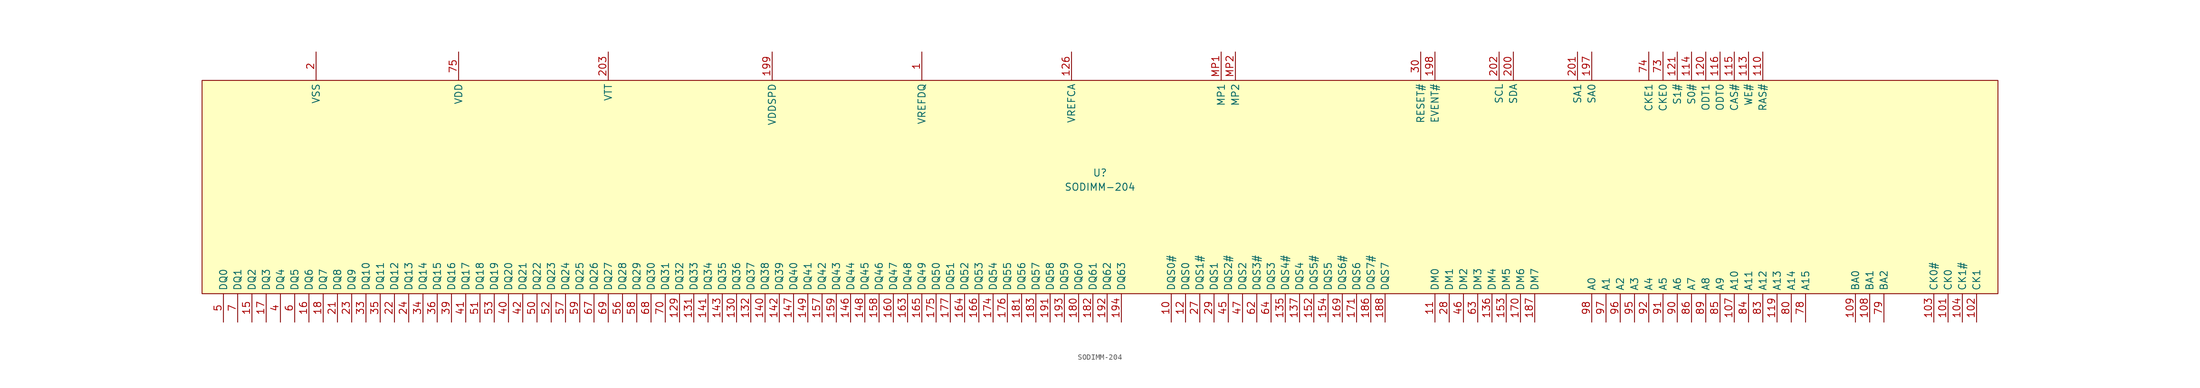
<source format=kicad_sym>
(kicad_symbol_lib
  (version 20220914)
  (generator kicad_symbol_editor)
  (symbol "SODIMM-204"
    (property "Reference" "U"
      (at 0 2.54 0)
      (effects (font (size 1.27 1.27))))
    (property "Value" "SODIMM-204"
      (at 0 0 0)
      (effects (font (size 1.27 1.27))))
    (symbol "SODIMM-204_0_1"
      (rectangle (start -160.02 19.05) (end 160.02 -19.05) (stroke (width 0) (type default)) (fill (type background))))
    (symbol "SODIMM-204_1_0"
      (pin passive line (at -114.3 24.13 270) (length 5.08) hide (name "VDD" (effects (font (size 1.27 1.27)))) (number "100" (effects (font (size 1.27 1.27)))))
      (pin input line (at 151.13 -24.13 90) (length 5.08) (name "CK0" (effects (font (size 1.27 1.27)))) (number "101" (effects (font (size 1.27 1.27)))))
      (pin input line (at 156.21 -24.13 90) (length 5.08) (name "CK1" (effects (font (size 1.27 1.27)))) (number "102" (effects (font (size 1.27 1.27)))))
      (pin input line (at 148.59 -24.13 90) (length 5.08) (name "CK0#" (effects (font (size 1.27 1.27)))) (number "103" (effects (font (size 1.27 1.27)))))
      (pin input line (at 153.67 -24.13 90) (length 5.08) (name "CK1#" (effects (font (size 1.27 1.27)))) (number "104" (effects (font (size 1.27 1.27)))))
      (pin passive line (at -114.3 24.13 270) (length 5.08) hide (name "VDD" (effects (font (size 1.27 1.27)))) (number "105" (effects (font (size 1.27 1.27)))))
      (pin passive line (at -114.3 24.13 270) (length 5.08) hide (name "VDD" (effects (font (size 1.27 1.27)))) (number "106" (effects (font (size 1.27 1.27)))))
      (pin input line (at 113.03 -24.13 90) (length 5.08) (name "A10" (effects (font (size 1.27 1.27)))) (number "107" (effects (font (size 1.27 1.27)))))
      (pin input line (at 137.16 -24.13 90) (length 5.08) (name "BA1" (effects (font (size 1.27 1.27)))) (number "108" (effects (font (size 1.27 1.27)))))
      (pin input line (at 134.62 -24.13 90) (length 5.08) (name "BA0" (effects (font (size 1.27 1.27)))) (number "109" (effects (font (size 1.27 1.27)))))
      (pin input line (at 118.11 24.13 270) (length 5.08) (name "RAS#" (effects (font (size 1.27 1.27)))) (number "110" (effects (font (size 1.27 1.27)))))
      (pin passive line (at -114.3 24.13 270) (length 5.08) hide (name "VDD" (effects (font (size 1.27 1.27)))) (number "111" (effects (font (size 1.27 1.27)))))
      (pin passive line (at -114.3 24.13 270) (length 5.08) hide (name "VDD" (effects (font (size 1.27 1.27)))) (number "112" (effects (font (size 1.27 1.27)))))
      (pin input line (at 115.57 24.13 270) (length 5.08) (name "WE#" (effects (font (size 1.27 1.27)))) (number "113" (effects (font (size 1.27 1.27)))))
      (pin input line (at 105.41 24.13 270) (length 5.08) (name "S0#" (effects (font (size 1.27 1.27)))) (number "114" (effects (font (size 1.27 1.27)))))
      (pin input line (at 113.03 24.13 270) (length 5.08) (name "CAS#" (effects (font (size 1.27 1.27)))) (number "115" (effects (font (size 1.27 1.27)))))
      (pin input line (at 110.49 24.13 270) (length 5.08) (name "ODT0" (effects (font (size 1.27 1.27)))) (number "116" (effects (font (size 1.27 1.27)))))
      (pin passive line (at -114.3 24.13 270) (length 5.08) hide (name "VDD" (effects (font (size 1.27 1.27)))) (number "117" (effects (font (size 1.27 1.27)))))
      (pin passive line (at -114.3 24.13 270) (length 5.08) hide (name "VDD" (effects (font (size 1.27 1.27)))) (number "118" (effects (font (size 1.27 1.27)))))
      (pin input line (at 120.65 -24.13 90) (length 5.08) (name "A13" (effects (font (size 1.27 1.27)))) (number "119" (effects (font (size 1.27 1.27)))))
      (pin input line (at 107.95 24.13 270) (length 5.08) (name "ODT1" (effects (font (size 1.27 1.27)))) (number "120" (effects (font (size 1.27 1.27)))))
      (pin input line (at 102.87 24.13 270) (length 5.08) (name "S1#" (effects (font (size 1.27 1.27)))) (number "121" (effects (font (size 1.27 1.27)))))
      (pin no_connect line (at -86.36 -2.54 180) (length 5.08) hide (name "NC" (effects (font (size 1.27 1.27)))) (number "122" (effects (font (size 1.27 1.27)))))
      (pin passive line (at -114.3 24.13 270) (length 5.08) hide (name "VDD" (effects (font (size 1.27 1.27)))) (number "123" (effects (font (size 1.27 1.27)))))
      (pin passive line (at -114.3 24.13 270) (length 5.08) hide (name "VDD" (effects (font (size 1.27 1.27)))) (number "124" (effects (font (size 1.27 1.27)))))
      (pin no_connect line (at -86.36 2.54 180) (length 5.08) hide (name "TEST" (effects (font (size 1.27 1.27)))) (number "125" (effects (font (size 1.27 1.27)))))
      (pin power_in line (at -5.08 24.13 270) (length 5.08) (name "VREFCA" (effects (font (size 1.27 1.27)))) (number "126" (effects (font (size 1.27 1.27)))))
      (pin passive line (at -139.7 24.13 270) (length 5.08) hide (name "VSS" (effects (font (size 1.27 1.27)))) (number "127" (effects (font (size 1.27 1.27)))))
      (pin passive line (at -139.7 24.13 270) (length 5.08) hide (name "VSS" (effects (font (size 1.27 1.27)))) (number "128" (effects (font (size 1.27 1.27)))))
      (pin bidirectional line (at -74.93 -24.13 90) (length 5.08) (name "DQ32" (effects (font (size 1.27 1.27)))) (number "129" (effects (font (size 1.27 1.27)))))
      (pin bidirectional line (at -64.77 -24.13 90) (length 5.08) (name "DQ36" (effects (font (size 1.27 1.27)))) (number "130" (effects (font (size 1.27 1.27)))))
      (pin bidirectional line (at -72.39 -24.13 90) (length 5.08) (name "DQ33" (effects (font (size 1.27 1.27)))) (number "131" (effects (font (size 1.27 1.27)))))
      (pin bidirectional line (at -62.23 -24.13 90) (length 5.08) (name "DQ37" (effects (font (size 1.27 1.27)))) (number "132" (effects (font (size 1.27 1.27)))))
      (pin passive line (at -139.7 24.13 270) (length 5.08) hide (name "VSS" (effects (font (size 1.27 1.27)))) (number "133" (effects (font (size 1.27 1.27)))))
      (pin passive line (at -139.7 24.13 270) (length 5.08) hide (name "VSS" (effects (font (size 1.27 1.27)))) (number "134" (effects (font (size 1.27 1.27)))))
      (pin bidirectional line (at 33.02 -24.13 90) (length 5.08) (name "DQS4#" (effects (font (size 1.27 1.27)))) (number "135" (effects (font (size 1.27 1.27)))))
      (pin input line (at 69.85 -24.13 90) (length 5.08) (name "DM4" (effects (font (size 1.27 1.27)))) (number "136" (effects (font (size 1.27 1.27)))))
      (pin bidirectional line (at 35.56 -24.13 90) (length 5.08) (name "DQS4" (effects (font (size 1.27 1.27)))) (number "137" (effects (font (size 1.27 1.27)))))
      (pin passive line (at -139.7 24.13 270) (length 5.08) hide (name "VSS" (effects (font (size 1.27 1.27)))) (number "138" (effects (font (size 1.27 1.27)))))
      (pin passive line (at -139.7 24.13 270) (length 5.08) hide (name "VSS" (effects (font (size 1.27 1.27)))) (number "139" (effects (font (size 1.27 1.27)))))
      (pin bidirectional line (at -59.69 -24.13 90) (length 5.08) (name "DQ38" (effects (font (size 1.27 1.27)))) (number "140" (effects (font (size 1.27 1.27)))))
      (pin bidirectional line (at -69.85 -24.13 90) (length 5.08) (name "DQ34" (effects (font (size 1.27 1.27)))) (number "141" (effects (font (size 1.27 1.27)))))
      (pin bidirectional line (at -57.15 -24.13 90) (length 5.08) (name "DQ39" (effects (font (size 1.27 1.27)))) (number "142" (effects (font (size 1.27 1.27)))))
      (pin bidirectional line (at -67.31 -24.13 90) (length 5.08) (name "DQ35" (effects (font (size 1.27 1.27)))) (number "143" (effects (font (size 1.27 1.27)))))
      (pin passive line (at -139.7 24.13 270) (length 5.08) hide (name "VSS" (effects (font (size 1.27 1.27)))) (number "144" (effects (font (size 1.27 1.27)))))
      (pin passive line (at -139.7 24.13 270) (length 5.08) hide (name "VSS" (effects (font (size 1.27 1.27)))) (number "145" (effects (font (size 1.27 1.27)))))
      (pin bidirectional line (at -44.45 -24.13 90) (length 5.08) (name "DQ44" (effects (font (size 1.27 1.27)))) (number "146" (effects (font (size 1.27 1.27)))))
      (pin bidirectional line (at -54.61 -24.13 90) (length 5.08) (name "DQ40" (effects (font (size 1.27 1.27)))) (number "147" (effects (font (size 1.27 1.27)))))
      (pin bidirectional line (at -41.91 -24.13 90) (length 5.08) (name "DQ45" (effects (font (size 1.27 1.27)))) (number "148" (effects (font (size 1.27 1.27)))))
      (pin bidirectional line (at -52.07 -24.13 90) (length 5.08) (name "DQ41" (effects (font (size 1.27 1.27)))) (number "149" (effects (font (size 1.27 1.27)))))
      (pin passive line (at -139.7 24.13 270) (length 5.08) hide (name "VSS" (effects (font (size 1.27 1.27)))) (number "150" (effects (font (size 1.27 1.27)))))
      (pin passive line (at -139.7 24.13 270) (length 5.08) hide (name "VSS" (effects (font (size 1.27 1.27)))) (number "151" (effects (font (size 1.27 1.27)))))
      (pin bidirectional line (at 38.1 -24.13 90) (length 5.08) (name "DQS5#" (effects (font (size 1.27 1.27)))) (number "152" (effects (font (size 1.27 1.27)))))
      (pin input line (at 72.39 -24.13 90) (length 5.08) (name "DM5" (effects (font (size 1.27 1.27)))) (number "153" (effects (font (size 1.27 1.27)))))
      (pin bidirectional line (at 40.64 -24.13 90) (length 5.08) (name "DQS5" (effects (font (size 1.27 1.27)))) (number "154" (effects (font (size 1.27 1.27)))))
      (pin passive line (at -139.7 24.13 270) (length 5.08) hide (name "VSS" (effects (font (size 1.27 1.27)))) (number "155" (effects (font (size 1.27 1.27)))))
      (pin passive line (at -139.7 24.13 270) (length 5.08) hide (name "VSS" (effects (font (size 1.27 1.27)))) (number "156" (effects (font (size 1.27 1.27)))))
      (pin bidirectional line (at -49.53 -24.13 90) (length 5.08) (name "DQ42" (effects (font (size 1.27 1.27)))) (number "157" (effects (font (size 1.27 1.27)))))
      (pin bidirectional line (at -39.37 -24.13 90) (length 5.08) (name "DQ46" (effects (font (size 1.27 1.27)))) (number "158" (effects (font (size 1.27 1.27)))))
      (pin bidirectional line (at -46.99 -24.13 90) (length 5.08) (name "DQ43" (effects (font (size 1.27 1.27)))) (number "159" (effects (font (size 1.27 1.27)))))
      (pin bidirectional line (at -36.83 -24.13 90) (length 5.08) (name "DQ47" (effects (font (size 1.27 1.27)))) (number "160" (effects (font (size 1.27 1.27)))))
      (pin passive line (at -139.7 24.13 270) (length 5.08) hide (name "VSS" (effects (font (size 1.27 1.27)))) (number "161" (effects (font (size 1.27 1.27)))))
      (pin passive line (at -139.7 24.13 270) (length 5.08) hide (name "VSS" (effects (font (size 1.27 1.27)))) (number "162" (effects (font (size 1.27 1.27)))))
      (pin bidirectional line (at -34.29 -24.13 90) (length 5.08) (name "DQ48" (effects (font (size 1.27 1.27)))) (number "163" (effects (font (size 1.27 1.27)))))
      (pin bidirectional line (at -24.13 -24.13 90) (length 5.08) (name "DQ52" (effects (font (size 1.27 1.27)))) (number "164" (effects (font (size 1.27 1.27)))))
      (pin bidirectional line (at -31.75 -24.13 90) (length 5.08) (name "DQ49" (effects (font (size 1.27 1.27)))) (number "165" (effects (font (size 1.27 1.27)))))
      (pin bidirectional line (at -21.59 -24.13 90) (length 5.08) (name "DQ53" (effects (font (size 1.27 1.27)))) (number "166" (effects (font (size 1.27 1.27)))))
      (pin passive line (at -139.7 24.13 270) (length 5.08) hide (name "VSS" (effects (font (size 1.27 1.27)))) (number "167" (effects (font (size 1.27 1.27)))))
      (pin passive line (at -139.7 24.13 270) (length 5.08) hide (name "VSS" (effects (font (size 1.27 1.27)))) (number "168" (effects (font (size 1.27 1.27)))))
      (pin bidirectional line (at 43.18 -24.13 90) (length 5.08) (name "DQS6#" (effects (font (size 1.27 1.27)))) (number "169" (effects (font (size 1.27 1.27)))))
      (pin input line (at 74.93 -24.13 90) (length 5.08) (name "DM6" (effects (font (size 1.27 1.27)))) (number "170" (effects (font (size 1.27 1.27)))))
      (pin bidirectional line (at 45.72 -24.13 90) (length 5.08) (name "DQS6" (effects (font (size 1.27 1.27)))) (number "171" (effects (font (size 1.27 1.27)))))
      (pin passive line (at -139.7 24.13 270) (length 5.08) hide (name "VSS" (effects (font (size 1.27 1.27)))) (number "172" (effects (font (size 1.27 1.27)))))
      (pin passive line (at -139.7 24.13 270) (length 5.08) hide (name "VSS" (effects (font (size 1.27 1.27)))) (number "173" (effects (font (size 1.27 1.27)))))
      (pin bidirectional line (at -19.05 -24.13 90) (length 5.08) (name "DQ54" (effects (font (size 1.27 1.27)))) (number "174" (effects (font (size 1.27 1.27)))))
      (pin bidirectional line (at -29.21 -24.13 90) (length 5.08) (name "DQ50" (effects (font (size 1.27 1.27)))) (number "175" (effects (font (size 1.27 1.27)))))
      (pin bidirectional line (at -16.51 -24.13 90) (length 5.08) (name "DQ55" (effects (font (size 1.27 1.27)))) (number "176" (effects (font (size 1.27 1.27)))))
      (pin bidirectional line (at -26.67 -24.13 90) (length 5.08) (name "DQ51" (effects (font (size 1.27 1.27)))) (number "177" (effects (font (size 1.27 1.27)))))
      (pin passive line (at -139.7 24.13 270) (length 5.08) hide (name "VSS" (effects (font (size 1.27 1.27)))) (number "178" (effects (font (size 1.27 1.27)))))
      (pin passive line (at -139.7 24.13 270) (length 5.08) hide (name "VSS" (effects (font (size 1.27 1.27)))) (number "179" (effects (font (size 1.27 1.27)))))
      (pin bidirectional line (at -3.81 -24.13 90) (length 5.08) (name "DQ60" (effects (font (size 1.27 1.27)))) (number "180" (effects (font (size 1.27 1.27)))))
      (pin bidirectional line (at -13.97 -24.13 90) (length 5.08) (name "DQ56" (effects (font (size 1.27 1.27)))) (number "181" (effects (font (size 1.27 1.27)))))
      (pin bidirectional line (at -1.27 -24.13 90) (length 5.08) (name "DQ61" (effects (font (size 1.27 1.27)))) (number "182" (effects (font (size 1.27 1.27)))))
      (pin bidirectional line (at -11.43 -24.13 90) (length 5.08) (name "DQ57" (effects (font (size 1.27 1.27)))) (number "183" (effects (font (size 1.27 1.27)))))
      (pin passive line (at -139.7 24.13 270) (length 5.08) hide (name "VSS" (effects (font (size 1.27 1.27)))) (number "184" (effects (font (size 1.27 1.27)))))
      (pin passive line (at -139.7 24.13 270) (length 5.08) hide (name "VSS" (effects (font (size 1.27 1.27)))) (number "185" (effects (font (size 1.27 1.27)))))
      (pin bidirectional line (at 48.26 -24.13 90) (length 5.08) (name "DQS7#" (effects (font (size 1.27 1.27)))) (number "186" (effects (font (size 1.27 1.27)))))
      (pin input line (at 77.47 -24.13 90) (length 5.08) (name "DM7" (effects (font (size 1.27 1.27)))) (number "187" (effects (font (size 1.27 1.27)))))
      (pin bidirectional line (at 50.8 -24.13 90) (length 5.08) (name "DQS7" (effects (font (size 1.27 1.27)))) (number "188" (effects (font (size 1.27 1.27)))))
      (pin passive line (at -139.7 24.13 270) (length 5.08) hide (name "VSS" (effects (font (size 1.27 1.27)))) (number "189" (effects (font (size 1.27 1.27)))))
      (pin passive line (at -139.7 24.13 270) (length 5.08) hide (name "VSS" (effects (font (size 1.27 1.27)))) (number "190" (effects (font (size 1.27 1.27)))))
      (pin bidirectional line (at -8.89 -24.13 90) (length 5.08) (name "DQ58" (effects (font (size 1.27 1.27)))) (number "191" (effects (font (size 1.27 1.27)))))
      (pin bidirectional line (at 1.27 -24.13 90) (length 5.08) (name "DQ62" (effects (font (size 1.27 1.27)))) (number "192" (effects (font (size 1.27 1.27)))))
      (pin bidirectional line (at -6.35 -24.13 90) (length 5.08) (name "DQ59" (effects (font (size 1.27 1.27)))) (number "193" (effects (font (size 1.27 1.27)))))
      (pin bidirectional line (at 3.81 -24.13 90) (length 5.08) (name "DQ63" (effects (font (size 1.27 1.27)))) (number "194" (effects (font (size 1.27 1.27)))))
      (pin passive line (at -139.7 24.13 270) (length 5.08) hide (name "VSS" (effects (font (size 1.27 1.27)))) (number "195" (effects (font (size 1.27 1.27)))))
      (pin passive line (at -139.7 24.13 270) (length 5.08) hide (name "VSS" (effects (font (size 1.27 1.27)))) (number "196" (effects (font (size 1.27 1.27)))))
      (pin input line (at 87.63 24.13 270) (length 5.08) (name "SA0" (effects (font (size 1.27 1.27)))) (number "197" (effects (font (size 1.27 1.27)))))
      (pin open_collector line (at 59.69 24.13 270) (length 5.08) (name "EVENT#" (effects (font (size 1.27 1.27)))) (number "198" (effects (font (size 1.27 1.27)))))
      (pin power_in line (at -58.42 24.13 270) (length 5.08) (name "VDDSPD" (effects (font (size 1.27 1.27)))) (number "199" (effects (font (size 1.27 1.27)))))
      (pin bidirectional line (at 73.66 24.13 270) (length 5.08) (name "SDA" (effects (font (size 1.27 1.27)))) (number "200" (effects (font (size 1.27 1.27)))))
      (pin input line (at 85.09 24.13 270) (length 5.08) (name "SA1" (effects (font (size 1.27 1.27)))) (number "201" (effects (font (size 1.27 1.27)))))
      (pin input line (at 71.12 24.13 270) (length 5.08) (name "SCL" (effects (font (size 1.27 1.27)))) (number "202" (effects (font (size 1.27 1.27)))))
      (pin power_in line (at -87.63 24.13 270) (length 5.08) (name "VTT" (effects (font (size 1.27 1.27)))) (number "203" (effects (font (size 1.27 1.27)))))
      (pin passive line (at -87.63 24.13 270) (length 5.08) hide (name "VTT" (effects (font (size 1.27 1.27)))) (number "204" (effects (font (size 1.27 1.27)))))
      (pin bidirectional line (at 30.48 -24.13 90) (length 5.08) (name "DQS3" (effects (font (size 1.27 1.27)))) (number "64" (effects (font (size 1.27 1.27)))))
      (pin passive line (at -139.7 24.13 270) (length 5.08) hide (name "VSS" (effects (font (size 1.27 1.27)))) (number "65" (effects (font (size 1.27 1.27)))))
      (pin passive line (at -139.7 24.13 270) (length 5.08) hide (name "VSS" (effects (font (size 1.27 1.27)))) (number "66" (effects (font (size 1.27 1.27)))))
      (pin bidirectional line (at -90.17 -24.13 90) (length 5.08) (name "DQ26" (effects (font (size 1.27 1.27)))) (number "67" (effects (font (size 1.27 1.27)))))
      (pin bidirectional line (at -80.01 -24.13 90) (length 5.08) (name "DQ30" (effects (font (size 1.27 1.27)))) (number "68" (effects (font (size 1.27 1.27)))))
      (pin bidirectional line (at -87.63 -24.13 90) (length 5.08) (name "DQ27" (effects (font (size 1.27 1.27)))) (number "69" (effects (font (size 1.27 1.27)))))
      (pin bidirectional line (at -77.47 -24.13 90) (length 5.08) (name "DQ31" (effects (font (size 1.27 1.27)))) (number "70" (effects (font (size 1.27 1.27)))))
      (pin passive line (at -139.7 24.13 270) (length 5.08) hide (name "VSS" (effects (font (size 1.27 1.27)))) (number "71" (effects (font (size 1.27 1.27)))))
      (pin passive line (at -139.7 24.13 270) (length 5.08) hide (name "VSS" (effects (font (size 1.27 1.27)))) (number "72" (effects (font (size 1.27 1.27)))))
      (pin input line (at 100.33 24.13 270) (length 5.08) (name "CKE0" (effects (font (size 1.27 1.27)))) (number "73" (effects (font (size 1.27 1.27)))))
      (pin input line (at 97.79 24.13 270) (length 5.08) (name "CKE1" (effects (font (size 1.27 1.27)))) (number "74" (effects (font (size 1.27 1.27)))))
      (pin power_in line (at -114.3 24.13 270) (length 5.08) (name "VDD" (effects (font (size 1.27 1.27)))) (number "75" (effects (font (size 1.27 1.27)))))
      (pin passive line (at -114.3 24.13 270) (length 5.08) hide (name "VDD" (effects (font (size 1.27 1.27)))) (number "76" (effects (font (size 1.27 1.27)))))
      (pin no_connect line (at -86.36 0 180) (length 5.08) hide (name "NC" (effects (font (size 1.27 1.27)))) (number "77" (effects (font (size 1.27 1.27)))))
      (pin input line (at 125.73 -24.13 90) (length 5.08) (name "A15" (effects (font (size 1.27 1.27)))) (number "78" (effects (font (size 1.27 1.27)))))
      (pin input line (at 139.7 -24.13 90) (length 5.08) (name "BA2" (effects (font (size 1.27 1.27)))) (number "79" (effects (font (size 1.27 1.27)))))
      (pin input line (at 123.19 -24.13 90) (length 5.08) (name "A14" (effects (font (size 1.27 1.27)))) (number "80" (effects (font (size 1.27 1.27)))))
      (pin passive line (at -114.3 24.13 270) (length 5.08) hide (name "VDD" (effects (font (size 1.27 1.27)))) (number "81" (effects (font (size 1.27 1.27)))))
      (pin passive line (at -114.3 24.13 270) (length 5.08) hide (name "VDD" (effects (font (size 1.27 1.27)))) (number "82" (effects (font (size 1.27 1.27)))))
      (pin input line (at 118.11 -24.13 90) (length 5.08) (name "A12" (effects (font (size 1.27 1.27)))) (number "83" (effects (font (size 1.27 1.27)))))
      (pin input line (at 115.57 -24.13 90) (length 5.08) (name "A11" (effects (font (size 1.27 1.27)))) (number "84" (effects (font (size 1.27 1.27)))))
      (pin input line (at 110.49 -24.13 90) (length 5.08) (name "A9" (effects (font (size 1.27 1.27)))) (number "85" (effects (font (size 1.27 1.27)))))
      (pin input line (at 105.41 -24.13 90) (length 5.08) (name "A7" (effects (font (size 1.27 1.27)))) (number "86" (effects (font (size 1.27 1.27)))))
      (pin passive line (at -114.3 24.13 270) (length 5.08) hide (name "VDD" (effects (font (size 1.27 1.27)))) (number "87" (effects (font (size 1.27 1.27)))))
      (pin passive line (at -114.3 24.13 270) (length 5.08) hide (name "VDD" (effects (font (size 1.27 1.27)))) (number "88" (effects (font (size 1.27 1.27)))))
      (pin input line (at 107.95 -24.13 90) (length 5.08) (name "A8" (effects (font (size 1.27 1.27)))) (number "89" (effects (font (size 1.27 1.27)))))
      (pin input line (at 102.87 -24.13 90) (length 5.08) (name "A6" (effects (font (size 1.27 1.27)))) (number "90" (effects (font (size 1.27 1.27)))))
      (pin input line (at 100.33 -24.13 90) (length 5.08) (name "A5" (effects (font (size 1.27 1.27)))) (number "91" (effects (font (size 1.27 1.27)))))
      (pin input line (at 97.79 -24.13 90) (length 5.08) (name "A4" (effects (font (size 1.27 1.27)))) (number "92" (effects (font (size 1.27 1.27)))))
      (pin passive line (at -114.3 24.13 270) (length 5.08) hide (name "VDD" (effects (font (size 1.27 1.27)))) (number "93" (effects (font (size 1.27 1.27)))))
      (pin passive line (at -114.3 24.13 270) (length 5.08) hide (name "VDD" (effects (font (size 1.27 1.27)))) (number "94" (effects (font (size 1.27 1.27)))))
      (pin input line (at 95.25 -24.13 90) (length 5.08) (name "A3" (effects (font (size 1.27 1.27)))) (number "95" (effects (font (size 1.27 1.27)))))
      (pin input line (at 92.71 -24.13 90) (length 5.08) (name "A2" (effects (font (size 1.27 1.27)))) (number "96" (effects (font (size 1.27 1.27)))))
      (pin input line (at 90.17 -24.13 90) (length 5.08) (name "A1" (effects (font (size 1.27 1.27)))) (number "97" (effects (font (size 1.27 1.27)))))
      (pin input line (at 87.63 -24.13 90) (length 5.08) (name "A0" (effects (font (size 1.27 1.27)))) (number "98" (effects (font (size 1.27 1.27)))))
      (pin passive line (at -114.3 24.13 270) (length 5.08) hide (name "VDD" (effects (font (size 1.27 1.27)))) (number "99" (effects (font (size 1.27 1.27))))))
    (symbol "SODIMM-204_1_1"
      (pin power_in line (at -31.75 24.13 270) (length 5.08) (name "VREFDQ" (effects (font (size 1.27 1.27)))) (number "1" (effects (font (size 1.27 1.27)))))
      (pin bidirectional line (at 12.7 -24.13 90) (length 5.08) (name "DQS0#" (effects (font (size 1.27 1.27)))) (number "10" (effects (font (size 1.27 1.27)))))
      (pin input line (at 59.69 -24.13 90) (length 5.08) (name "DM0" (effects (font (size 1.27 1.27)))) (number "11" (effects (font (size 1.27 1.27)))))
      (pin bidirectional line (at 15.24 -24.13 90) (length 5.08) (name "DQS0" (effects (font (size 1.27 1.27)))) (number "12" (effects (font (size 1.27 1.27)))))
      (pin passive line (at -139.7 24.13 270) (length 5.08) hide (name "VSS" (effects (font (size 1.27 1.27)))) (number "13" (effects (font (size 1.27 1.27)))))
      (pin passive line (at -139.7 24.13 270) (length 5.08) hide (name "VSS" (effects (font (size 1.27 1.27)))) (number "14" (effects (font (size 1.27 1.27)))))
      (pin bidirectional line (at -151.13 -24.13 90) (length 5.08) (name "DQ2" (effects (font (size 1.27 1.27)))) (number "15" (effects (font (size 1.27 1.27)))))
      (pin bidirectional line (at -140.97 -24.13 90) (length 5.08) (name "DQ6" (effects (font (size 1.27 1.27)))) (number "16" (effects (font (size 1.27 1.27)))))
      (pin bidirectional line (at -148.59 -24.13 90) (length 5.08) (name "DQ3" (effects (font (size 1.27 1.27)))) (number "17" (effects (font (size 1.27 1.27)))))
      (pin bidirectional line (at -138.43 -24.13 90) (length 5.08) (name "DQ7" (effects (font (size 1.27 1.27)))) (number "18" (effects (font (size 1.27 1.27)))))
      (pin passive line (at -139.7 24.13 270) (length 5.08) hide (name "VSS" (effects (font (size 1.27 1.27)))) (number "19" (effects (font (size 1.27 1.27)))))
      (pin power_in line (at -139.7 24.13 270) (length 5.08) (name "VSS" (effects (font (size 1.27 1.27)))) (number "2" (effects (font (size 1.27 1.27)))))
      (pin passive line (at -139.7 24.13 270) (length 5.08) hide (name "VSS" (effects (font (size 1.27 1.27)))) (number "20" (effects (font (size 1.27 1.27)))))
      (pin bidirectional line (at -135.89 -24.13 90) (length 5.08) (name "DQ8" (effects (font (size 1.27 1.27)))) (number "21" (effects (font (size 1.27 1.27)))))
      (pin bidirectional line (at -125.73 -24.13 90) (length 5.08) (name "DQ12" (effects (font (size 1.27 1.27)))) (number "22" (effects (font (size 1.27 1.27)))))
      (pin bidirectional line (at -133.35 -24.13 90) (length 5.08) (name "DQ9" (effects (font (size 1.27 1.27)))) (number "23" (effects (font (size 1.27 1.27)))))
      (pin bidirectional line (at -123.19 -24.13 90) (length 5.08) (name "DQ13" (effects (font (size 1.27 1.27)))) (number "24" (effects (font (size 1.27 1.27)))))
      (pin passive line (at -139.7 24.13 270) (length 5.08) hide (name "VSS" (effects (font (size 1.27 1.27)))) (number "25" (effects (font (size 1.27 1.27)))))
      (pin passive line (at -139.7 24.13 270) (length 5.08) hide (name "VSS" (effects (font (size 1.27 1.27)))) (number "26" (effects (font (size 1.27 1.27)))))
      (pin bidirectional line (at 17.78 -24.13 90) (length 5.08) (name "DQS1#" (effects (font (size 1.27 1.27)))) (number "27" (effects (font (size 1.27 1.27)))))
      (pin input line (at 62.23 -24.13 90) (length 5.08) (name "DM1" (effects (font (size 1.27 1.27)))) (number "28" (effects (font (size 1.27 1.27)))))
      (pin bidirectional line (at 20.32 -24.13 90) (length 5.08) (name "DQS1" (effects (font (size 1.27 1.27)))) (number "29" (effects (font (size 1.27 1.27)))))
      (pin passive line (at -139.7 24.13 270) (length 5.08) hide (name "VSS" (effects (font (size 1.27 1.27)))) (number "3" (effects (font (size 1.27 1.27)))))
      (pin input line (at 57.15 24.13 270) (length 5.08) (name "RESET#" (effects (font (size 1.27 1.27)))) (number "30" (effects (font (size 1.27 1.27)))))
      (pin passive line (at -139.7 24.13 270) (length 5.08) hide (name "VSS" (effects (font (size 1.27 1.27)))) (number "31" (effects (font (size 1.27 1.27)))))
      (pin passive line (at -139.7 24.13 270) (length 5.08) hide (name "VSS" (effects (font (size 1.27 1.27)))) (number "32" (effects (font (size 1.27 1.27)))))
      (pin bidirectional line (at -130.81 -24.13 90) (length 5.08) (name "DQ10" (effects (font (size 1.27 1.27)))) (number "33" (effects (font (size 1.27 1.27)))))
      (pin bidirectional line (at -120.65 -24.13 90) (length 5.08) (name "DQ14" (effects (font (size 1.27 1.27)))) (number "34" (effects (font (size 1.27 1.27)))))
      (pin bidirectional line (at -128.27 -24.13 90) (length 5.08) (name "DQ11" (effects (font (size 1.27 1.27)))) (number "35" (effects (font (size 1.27 1.27)))))
      (pin bidirectional line (at -118.11 -24.13 90) (length 5.08) (name "DQ15" (effects (font (size 1.27 1.27)))) (number "36" (effects (font (size 1.27 1.27)))))
      (pin passive line (at -139.7 24.13 270) (length 5.08) hide (name "VSS" (effects (font (size 1.27 1.27)))) (number "37" (effects (font (size 1.27 1.27)))))
      (pin passive line (at -139.7 24.13 270) (length 5.08) hide (name "VSS" (effects (font (size 1.27 1.27)))) (number "38" (effects (font (size 1.27 1.27)))))
      (pin bidirectional line (at -115.57 -24.13 90) (length 5.08) (name "DQ16" (effects (font (size 1.27 1.27)))) (number "39" (effects (font (size 1.27 1.27)))))
      (pin bidirectional line (at -146.05 -24.13 90) (length 5.08) (name "DQ4" (effects (font (size 1.27 1.27)))) (number "4" (effects (font (size 1.27 1.27)))))
      (pin bidirectional line (at -105.41 -24.13 90) (length 5.08) (name "DQ20" (effects (font (size 1.27 1.27)))) (number "40" (effects (font (size 1.27 1.27)))))
      (pin bidirectional line (at -113.03 -24.13 90) (length 5.08) (name "DQ17" (effects (font (size 1.27 1.27)))) (number "41" (effects (font (size 1.27 1.27)))))
      (pin bidirectional line (at -102.87 -24.13 90) (length 5.08) (name "DQ21" (effects (font (size 1.27 1.27)))) (number "42" (effects (font (size 1.27 1.27)))))
      (pin passive line (at -139.7 24.13 270) (length 5.08) hide (name "VSS" (effects (font (size 1.27 1.27)))) (number "43" (effects (font (size 1.27 1.27)))))
      (pin passive line (at -139.7 24.13 270) (length 5.08) hide (name "VSS" (effects (font (size 1.27 1.27)))) (number "44" (effects (font (size 1.27 1.27)))))
      (pin bidirectional line (at 22.86 -24.13 90) (length 5.08) (name "DQS2#" (effects (font (size 1.27 1.27)))) (number "45" (effects (font (size 1.27 1.27)))))
      (pin input line (at 64.77 -24.13 90) (length 5.08) (name "DM2" (effects (font (size 1.27 1.27)))) (number "46" (effects (font (size 1.27 1.27)))))
      (pin bidirectional line (at 25.4 -24.13 90) (length 5.08) (name "DQS2" (effects (font (size 1.27 1.27)))) (number "47" (effects (font (size 1.27 1.27)))))
      (pin passive line (at -139.7 24.13 270) (length 5.08) hide (name "VSS" (effects (font (size 1.27 1.27)))) (number "48" (effects (font (size 1.27 1.27)))))
      (pin passive line (at -139.7 24.13 270) (length 5.08) hide (name "VSS" (effects (font (size 1.27 1.27)))) (number "49" (effects (font (size 1.27 1.27)))))
      (pin bidirectional line (at -156.21 -24.13 90) (length 5.08) (name "DQ0" (effects (font (size 1.27 1.27)))) (number "5" (effects (font (size 1.27 1.27)))))
      (pin bidirectional line (at -100.33 -24.13 90) (length 5.08) (name "DQ22" (effects (font (size 1.27 1.27)))) (number "50" (effects (font (size 1.27 1.27)))))
      (pin bidirectional line (at -110.49 -24.13 90) (length 5.08) (name "DQ18" (effects (font (size 1.27 1.27)))) (number "51" (effects (font (size 1.27 1.27)))))
      (pin bidirectional line (at -97.79 -24.13 90) (length 5.08) (name "DQ23" (effects (font (size 1.27 1.27)))) (number "52" (effects (font (size 1.27 1.27)))))
      (pin bidirectional line (at -107.95 -24.13 90) (length 5.08) (name "DQ19" (effects (font (size 1.27 1.27)))) (number "53" (effects (font (size 1.27 1.27)))))
      (pin passive line (at -139.7 24.13 270) (length 5.08) hide (name "VSS" (effects (font (size 1.27 1.27)))) (number "54" (effects (font (size 1.27 1.27)))))
      (pin passive line (at -139.7 24.13 270) (length 5.08) hide (name "VSS" (effects (font (size 1.27 1.27)))) (number "55" (effects (font (size 1.27 1.27)))))
      (pin bidirectional line (at -85.09 -24.13 90) (length 5.08) (name "DQ28" (effects (font (size 1.27 1.27)))) (number "56" (effects (font (size 1.27 1.27)))))
      (pin bidirectional line (at -95.25 -24.13 90) (length 5.08) (name "DQ24" (effects (font (size 1.27 1.27)))) (number "57" (effects (font (size 1.27 1.27)))))
      (pin bidirectional line (at -82.55 -24.13 90) (length 5.08) (name "DQ29" (effects (font (size 1.27 1.27)))) (number "58" (effects (font (size 1.27 1.27)))))
      (pin bidirectional line (at -92.71 -24.13 90) (length 5.08) (name "DQ25" (effects (font (size 1.27 1.27)))) (number "59" (effects (font (size 1.27 1.27)))))
      (pin bidirectional line (at -143.51 -24.13 90) (length 5.08) (name "DQ5" (effects (font (size 1.27 1.27)))) (number "6" (effects (font (size 1.27 1.27)))))
      (pin passive line (at -139.7 24.13 270) (length 5.08) hide (name "VSS" (effects (font (size 1.27 1.27)))) (number "60" (effects (font (size 1.27 1.27)))))
      (pin passive line (at -139.7 24.13 270) (length 5.08) hide (name "VSS" (effects (font (size 1.27 1.27)))) (number "61" (effects (font (size 1.27 1.27)))))
      (pin bidirectional line (at 27.94 -24.13 90) (length 5.08) (name "DQS3#" (effects (font (size 1.27 1.27)))) (number "62" (effects (font (size 1.27 1.27)))))
      (pin input line (at 67.31 -24.13 90) (length 5.08) (name "DM3" (effects (font (size 1.27 1.27)))) (number "63" (effects (font (size 1.27 1.27)))))
      (pin bidirectional line (at -153.67 -24.13 90) (length 5.08) (name "DQ1" (effects (font (size 1.27 1.27)))) (number "7" (effects (font (size 1.27 1.27)))))
      (pin passive line (at -139.7 24.13 270) (length 5.08) hide (name "VSS" (effects (font (size 1.27 1.27)))) (number "8" (effects (font (size 1.27 1.27)))))
      (pin passive line (at -139.7 24.13 270) (length 5.08) hide (name "VSS" (effects (font (size 1.27 1.27)))) (number "9" (effects (font (size 1.27 1.27)))))
      (pin passive line (at 21.59 24.13 270) (length 5.08) (name "MP1" (effects (font (size 1.27 1.27)))) (number "MP1" (effects (font (size 1.27 1.27)))))
      (pin passive line (at 24.13 24.13 270) (length 5.08) (name "MP2" (effects (font (size 1.27 1.27)))) (number "MP2" (effects (font (size 1.27 1.27))))))))
</source>
